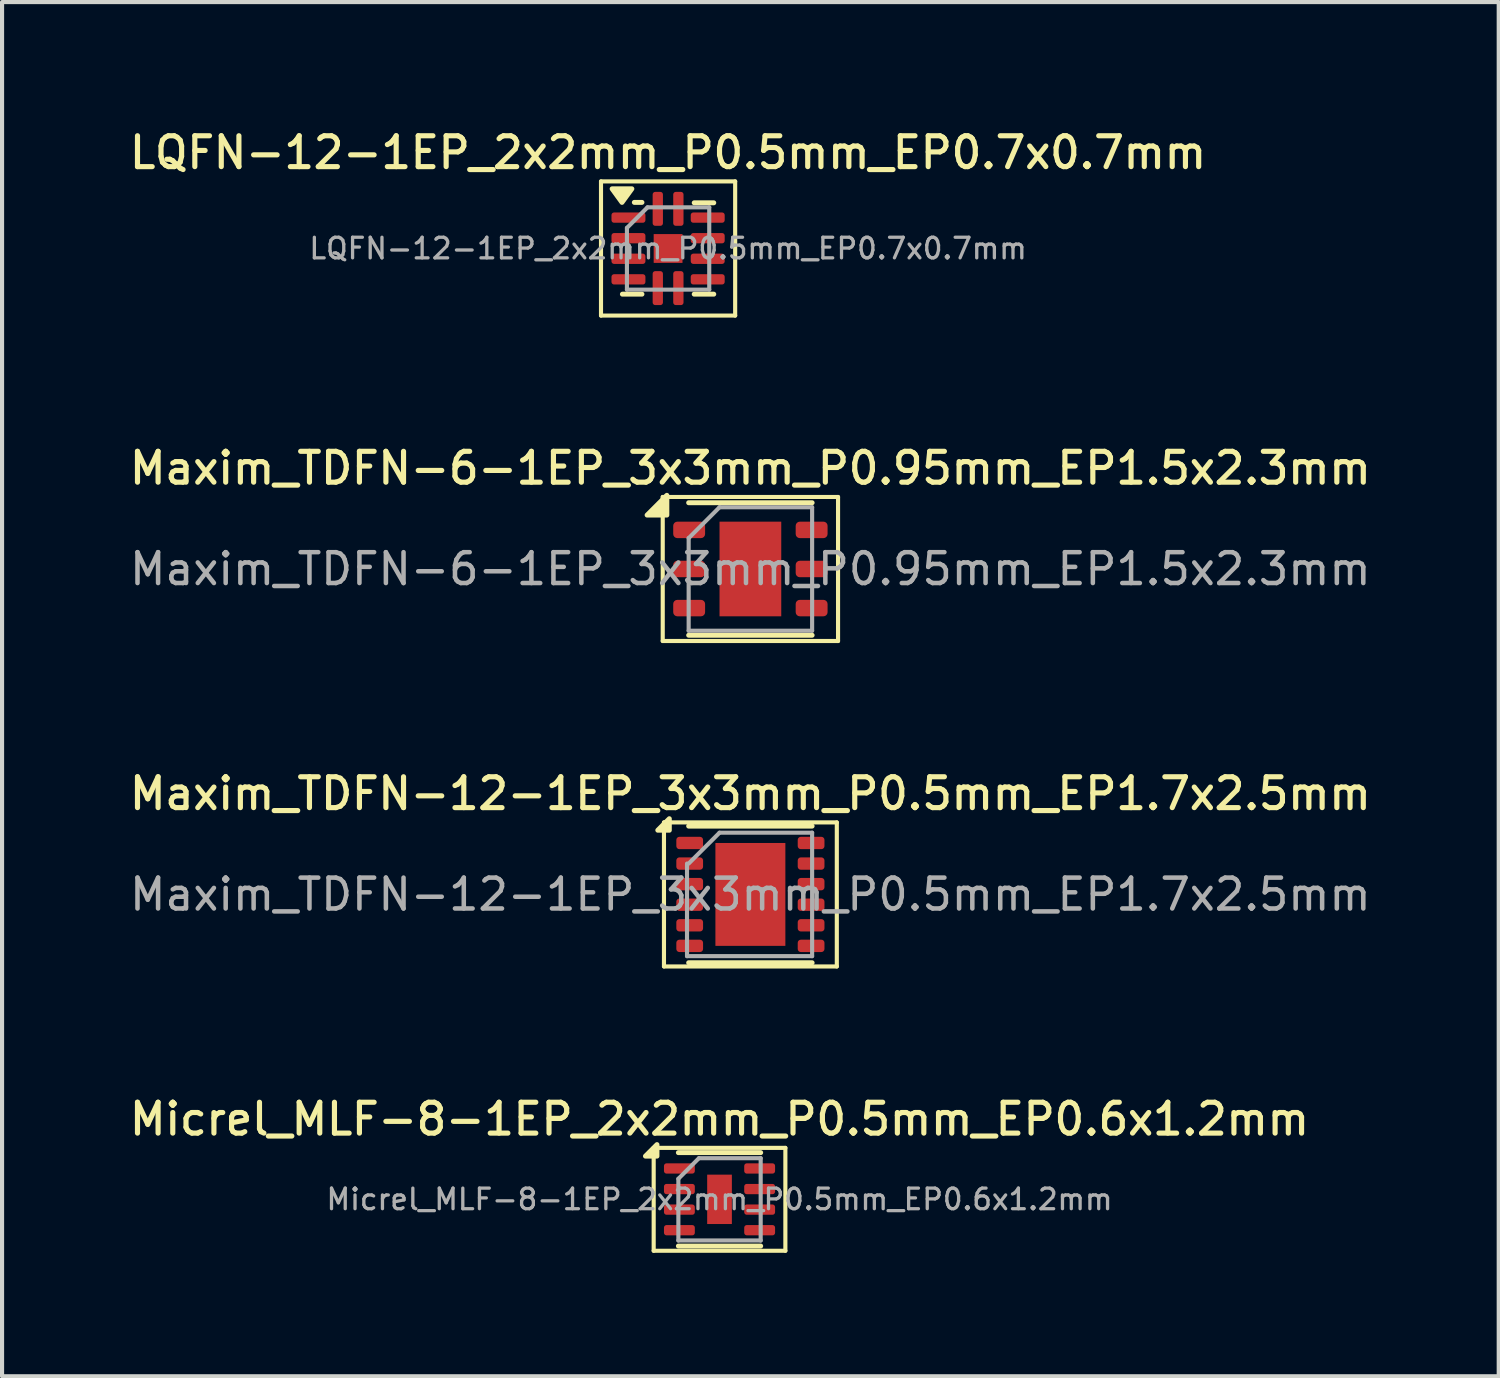
<source format=kicad_pcb>
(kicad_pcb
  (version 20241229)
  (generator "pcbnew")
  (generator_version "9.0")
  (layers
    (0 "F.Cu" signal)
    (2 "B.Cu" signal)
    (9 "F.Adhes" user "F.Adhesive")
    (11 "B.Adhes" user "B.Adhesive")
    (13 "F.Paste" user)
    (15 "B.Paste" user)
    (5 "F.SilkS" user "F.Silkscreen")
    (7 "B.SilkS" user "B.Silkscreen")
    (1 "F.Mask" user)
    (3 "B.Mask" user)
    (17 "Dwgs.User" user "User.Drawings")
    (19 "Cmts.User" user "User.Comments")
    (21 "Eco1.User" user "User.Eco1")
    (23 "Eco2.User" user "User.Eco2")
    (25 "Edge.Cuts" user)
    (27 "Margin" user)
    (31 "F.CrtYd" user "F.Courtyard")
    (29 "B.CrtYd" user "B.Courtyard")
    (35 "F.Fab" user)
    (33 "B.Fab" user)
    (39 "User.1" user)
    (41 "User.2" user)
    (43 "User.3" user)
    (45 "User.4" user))
  (footprint "Micrel_MLF-8-1EP_2x2mm_P0.5mm_EP0.6x1.2mm"
    (layer "F.Cu")
    (at 14.434 26.093)
    (property "Reference" "Micrel_MLF-8-1EP_2x2mm_P0.5mm_EP0.6x1.2mm" (at 0 -1.95 0) (layer "F.SilkS") (effects (font (size 0.75 0.75) (thickness 0.125))))
    (attr smd)
    (fp_line (start -1.6 -1.25) (end -1.6 1.25) (stroke (width 0.1) (type solid)) (layer "F.SilkS"))
    (fp_line (start -1.6 1.25) (end 1.6 1.25) (stroke (width 0.1) (type solid)) (layer "F.SilkS"))
    (fp_line (start -1 -1.135) (end 1 -1.135) (stroke (width 0.12) (type solid)) (layer "F.SilkS"))
    (fp_line (start -1 1.135) (end 1 1.135) (stroke (width 0.12) (type solid)) (layer "F.SilkS"))
    (fp_line (start 1.6 -1.25) (end -1.6 -1.25) (stroke (width 0.1) (type solid)) (layer "F.SilkS"))
    (fp_line (start 1.6 1.25) (end 1.6 -1.25) (stroke (width 0.1) (type solid)) (layer "F.SilkS"))
    (fp_poly (pts (xy -1.52 -1.05) (xy -1.8 -1.05) (xy -1.52 -1.33) (xy -1.52 -1.05)) (stroke (width 0.12) (type solid)) (fill yes) (layer "F.SilkS"))
    (fp_line (start -1 -0.5) (end -0.5 -1) (stroke (width 0.1) (type solid)) (layer "F.Fab"))
    (fp_line (start -1 1) (end -1 -0.5) (stroke (width 0.1) (type solid)) (layer "F.Fab"))
    (fp_line (start -0.5 -1) (end 1 -1) (stroke (width 0.1) (type solid)) (layer "F.Fab"))
    (fp_line (start 1 -1) (end 1 1) (stroke (width 0.1) (type solid)) (layer "F.Fab"))
    (fp_line (start 1 1) (end -1 1) (stroke (width 0.1) (type solid)) (layer "F.Fab"))
    (fp_text user "${REFERENCE}" (at 0 0 0) (layer "F.Fab") (effects (font (size 0.5 0.5) (thickness 0.08))))
    (pad "" smd roundrect (at 0 -0.3) (size 0.48 0.48) (layers "F.Paste") (roundrect_rratio 0.25))
    (pad "" smd roundrect (at 0 0.3) (size 0.48 0.48) (layers "F.Paste") (roundrect_rratio 0.25))
    (pad "1" smd roundrect (at -0.975 -0.75) (size 0.75 0.25) (layers "F.Cu" "F.Mask" "F.Paste") (roundrect_rratio 0.25))
    (pad "2" smd roundrect (at -0.975 -0.25) (size 0.75 0.25) (layers "F.Cu" "F.Mask" "F.Paste") (roundrect_rratio 0.25))
    (pad "3" smd roundrect (at -0.975 0.25) (size 0.75 0.25) (layers "F.Cu" "F.Mask" "F.Paste") (roundrect_rratio 0.25))
    (pad "4" smd roundrect (at -0.975 0.75) (size 0.75 0.25) (layers "F.Cu" "F.Mask" "F.Paste") (roundrect_rratio 0.25))
    (pad "5" smd roundrect (at 0.975 0.75) (size 0.75 0.25) (layers "F.Cu" "F.Mask" "F.Paste") (roundrect_rratio 0.25))
    (pad "6" smd roundrect (at 0.975 0.25) (size 0.75 0.25) (layers "F.Cu" "F.Mask" "F.Paste") (roundrect_rratio 0.25))
    (pad "7" smd roundrect (at 0.975 -0.25) (size 0.75 0.25) (layers "F.Cu" "F.Mask" "F.Paste") (roundrect_rratio 0.25))
    (pad "8" smd roundrect (at 0.975 -0.75) (size 0.75 0.25) (layers "F.Cu" "F.Mask" "F.Paste") (roundrect_rratio 0.25))
    (pad "9" smd rect (at 0 0) (size 0.6 1.2) (property pad_prop_heatsink) (layers "F.Cu" "F.Mask")))
  (footprint "Maxim_TDFN-12-1EP_3x3mm_P0.5mm_EP1.7x2.5mm"
    (layer "F.Cu")
    (at 15.184 18.684)
    (property "Reference" "Maxim_TDFN-12-1EP_3x3mm_P0.5mm_EP1.7x2.5mm" (at 0 -2.45 0) (layer "F.SilkS") (effects (font (size 0.75 0.75) (thickness 0.125))))
    (attr smd)
    (fp_line (start -2.1 -1.75) (end -2.1 1.75) (stroke (width 0.1) (type solid)) (layer "F.SilkS"))
    (fp_line (start -2.1 1.75) (end 2.1 1.75) (stroke (width 0.1) (type solid)) (layer "F.SilkS"))
    (fp_line (start -1.5 -1.66) (end 1.5 -1.66) (stroke (width 0.12) (type solid)) (layer "F.SilkS"))
    (fp_line (start -1.5 1.66) (end 1.5 1.66) (stroke (width 0.12) (type solid)) (layer "F.SilkS"))
    (fp_line (start 2.1 -1.75) (end -2.1 -1.75) (stroke (width 0.1) (type solid)) (layer "F.SilkS"))
    (fp_line (start 2.1 1.75) (end 2.1 -1.75) (stroke (width 0.1) (type solid)) (layer "F.SilkS"))
    (fp_poly (pts (xy -1.97 -1.56) (xy -2.25 -1.56) (xy -1.97 -1.84) (xy -1.97 -1.56)) (stroke (width 0.12) (type solid)) (fill yes) (layer "F.SilkS"))
    (fp_line (start -1.54 1.5) (end -1.54 -0.75) (stroke (width 0.1) (type solid)) (layer "F.Fab"))
    (fp_line (start -1.5 -0.75) (end -0.75 -1.5) (stroke (width 0.1) (type solid)) (layer "F.Fab"))
    (fp_line (start -0.75 -1.5) (end 1.5 -1.5) (stroke (width 0.1) (type solid)) (layer "F.Fab"))
    (fp_line (start 1.5 -1.5) (end 1.5 1.5) (stroke (width 0.1) (type solid)) (layer "F.Fab"))
    (fp_line (start 1.5 1.5) (end -1.54 1.5) (stroke (width 0.1) (type solid)) (layer "F.Fab"))
    (fp_text user "${REFERENCE}" (at 0 0 0) (layer "F.Fab") (effects (font (size 0.75 0.75) (thickness 0.11))))
    (pad "" smd roundrect (at -0.4 -0.625) (size 0.64 1.01) (layers "F.Paste") (roundrect_rratio 0.25))
    (pad "" smd roundrect (at -0.4 0.625) (size 0.64 1.01) (layers "F.Paste") (roundrect_rratio 0.25))
    (pad "" smd roundrect (at 0.4 -0.625) (size 0.64 1.01) (layers "F.Paste") (roundrect_rratio 0.25))
    (pad "" smd roundrect (at 0.4 0.625) (size 0.64 1.01) (layers "F.Paste") (roundrect_rratio 0.25))
    (pad "1" smd roundrect (at -1.475 -1.25) (size 0.65 0.3) (layers "F.Cu" "F.Mask" "F.Paste") (roundrect_rratio 0.25))
    (pad "2" smd roundrect (at -1.475 -0.75) (size 0.65 0.3) (layers "F.Cu" "F.Mask" "F.Paste") (roundrect_rratio 0.25))
    (pad "3" smd roundrect (at -1.475 -0.25) (size 0.65 0.3) (layers "F.Cu" "F.Mask" "F.Paste") (roundrect_rratio 0.25))
    (pad "4" smd roundrect (at -1.475 0.25) (size 0.65 0.3) (layers "F.Cu" "F.Mask" "F.Paste") (roundrect_rratio 0.25))
    (pad "5" smd roundrect (at -1.475 0.75) (size 0.65 0.3) (layers "F.Cu" "F.Mask" "F.Paste") (roundrect_rratio 0.25))
    (pad "6" smd roundrect (at -1.475 1.25) (size 0.65 0.3) (layers "F.Cu" "F.Mask" "F.Paste") (roundrect_rratio 0.25))
    (pad "7" smd roundrect (at 1.475 1.25) (size 0.65 0.3) (layers "F.Cu" "F.Mask" "F.Paste") (roundrect_rratio 0.25))
    (pad "8" smd roundrect (at 1.475 0.75) (size 0.65 0.3) (layers "F.Cu" "F.Mask" "F.Paste") (roundrect_rratio 0.25))
    (pad "9" smd roundrect (at 1.475 0.25) (size 0.65 0.3) (layers "F.Cu" "F.Mask" "F.Paste") (roundrect_rratio 0.25))
    (pad "10" smd roundrect (at 1.475 -0.25) (size 0.65 0.3) (layers "F.Cu" "F.Mask" "F.Paste") (roundrect_rratio 0.25))
    (pad "11" smd roundrect (at 1.475 -0.75) (size 0.65 0.3) (layers "F.Cu" "F.Mask" "F.Paste") (roundrect_rratio 0.25))
    (pad "12" smd roundrect (at 1.475 -1.25) (size 0.65 0.3) (layers "F.Cu" "F.Mask" "F.Paste") (roundrect_rratio 0.25))
    (pad "13" smd rect (at 0 0) (size 1.7 2.5) (layers "F.Cu" "F.Mask")))
  (footprint "Maxim_TDFN-6-1EP_3x3mm_P0.95mm_EP1.5x2.3mm"
    (layer "F.Cu")
    (at 15.184 10.776)
    (property "Reference" "Maxim_TDFN-6-1EP_3x3mm_P0.95mm_EP1.5x2.3mm" (at 0 -2.45 0) (layer "F.SilkS") (effects (font (size 0.75 0.75) (thickness 0.125))))
    (attr smd)
    (fp_line (start -2.13 -1.75) (end -2.13 1.75) (stroke (width 0.1) (type solid)) (layer "F.SilkS"))
    (fp_line (start -2.13 1.75) (end 2.13 1.75) (stroke (width 0.1) (type solid)) (layer "F.SilkS"))
    (fp_line (start -1.5 -1.61) (end 1.5 -1.61) (stroke (width 0.12) (type solid)) (layer "F.SilkS"))
    (fp_line (start -1.5 1.61) (end 1.5 1.61) (stroke (width 0.12) (type solid)) (layer "F.SilkS"))
    (fp_line (start 2.13 -1.75) (end -2.13 -1.75) (stroke (width 0.1) (type solid)) (layer "F.SilkS"))
    (fp_line (start 2.13 1.75) (end 2.13 -1.75) (stroke (width 0.1) (type solid)) (layer "F.SilkS"))
    (fp_poly (pts (xy -2.03 -1.31) (xy -2.51 -1.31) (xy -2.03 -1.79) (xy -2.03 -1.31)) (stroke (width 0.12) (type solid)) (fill yes) (layer "F.SilkS"))
    (fp_line (start -1.5 -0.75) (end -0.75 -1.5) (stroke (width 0.1) (type solid)) (layer "F.Fab"))
    (fp_line (start -1.5 1.5) (end -1.5 -0.75) (stroke (width 0.1) (type solid)) (layer "F.Fab"))
    (fp_line (start -0.75 -1.5) (end 1.5 -1.5) (stroke (width 0.1) (type solid)) (layer "F.Fab"))
    (fp_line (start 1.5 -1.5) (end 1.5 1.5) (stroke (width 0.1) (type solid)) (layer "F.Fab"))
    (fp_line (start 1.5 1.5) (end -1.5 1.5) (stroke (width 0.1) (type solid)) (layer "F.Fab"))
    (fp_text user "${REFERENCE}" (at 0 0 0) (layer "F.Fab") (effects (font (size 0.75 0.75) (thickness 0.11))))
    (pad "" smd roundrect (at -0.375 -0.575) (size 0.6 0.93) (layers "F.Paste") (roundrect_rratio 0.25))
    (pad "" smd roundrect (at -0.375 0.575) (size 0.6 0.93) (layers "F.Paste") (roundrect_rratio 0.25))
    (pad "" smd roundrect (at 0.375 -0.575) (size 0.6 0.93) (layers "F.Paste") (roundrect_rratio 0.25))
    (pad "" smd roundrect (at 0.375 0.575) (size 0.6 0.93) (layers "F.Paste") (roundrect_rratio 0.25))
    (pad "1" smd roundrect (at -1.488 -0.95) (size 0.775 0.4) (layers "F.Cu" "F.Mask" "F.Paste") (roundrect_rratio 0.25))
    (pad "2" smd roundrect (at -1.488 0) (size 0.775 0.4) (layers "F.Cu" "F.Mask" "F.Paste") (roundrect_rratio 0.25))
    (pad "3" smd roundrect (at -1.488 0.95) (size 0.775 0.4) (layers "F.Cu" "F.Mask" "F.Paste") (roundrect_rratio 0.25))
    (pad "4" smd roundrect (at 1.488 0.95) (size 0.775 0.4) (layers "F.Cu" "F.Mask" "F.Paste") (roundrect_rratio 0.25))
    (pad "5" smd roundrect (at 1.488 0) (size 0.775 0.4) (layers "F.Cu" "F.Mask" "F.Paste") (roundrect_rratio 0.25))
    (pad "6" smd roundrect (at 1.488 -0.95) (size 0.775 0.4) (layers "F.Cu" "F.Mask" "F.Paste") (roundrect_rratio 0.25))
    (pad "7" smd rect (at 0 0) (size 1.5 2.3) (property pad_prop_heatsink) (layers "F.Cu" "F.Mask")))
  (footprint "LQFN-12-1EP_2x2mm_P0.5mm_EP0.7x0.7mm"
    (layer "F.Cu")
    (at 13.184 2.988)
    (property "Reference" "LQFN-12-1EP_2x2mm_P0.5mm_EP0.7x0.7mm" (at 0 -2.33 0) (layer "F.SilkS") (effects (font (size 0.75 0.75) (thickness 0.125))))
    (attr smd)
    (fp_line (start -1.63 -1.63) (end -1.63 1.63) (stroke (width 0.1) (type solid)) (layer "F.SilkS"))
    (fp_line (start -1.63 1.63) (end 1.63 1.63) (stroke (width 0.1) (type solid)) (layer "F.SilkS"))
    (fp_line (start -0.635 -1.12) (end -0.82 -1.12) (stroke (width 0.12) (type solid)) (layer "F.SilkS"))
    (fp_line (start -0.635 1.11) (end -1.11 1.11) (stroke (width 0.12) (type solid)) (layer "F.SilkS"))
    (fp_line (start 0.635 -1.11) (end 1.11 -1.11) (stroke (width 0.12) (type solid)) (layer "F.SilkS"))
    (fp_line (start 0.635 1.11) (end 1.11 1.11) (stroke (width 0.12) (type solid)) (layer "F.SilkS"))
    (fp_line (start 1.63 -1.63) (end -1.63 -1.63) (stroke (width 0.1) (type solid)) (layer "F.SilkS"))
    (fp_line (start 1.63 1.63) (end 1.63 -1.63) (stroke (width 0.1) (type solid)) (layer "F.SilkS"))
    (fp_poly (pts (xy -1.12 -1.12) (xy -1.36 -1.45) (xy -0.88 -1.45) (xy -1.12 -1.12)) (stroke (width 0.12) (type solid)) (fill yes) (layer "F.SilkS"))
    (fp_line (start -1 -0.5) (end -0.5 -1) (stroke (width 0.1) (type solid)) (layer "F.Fab"))
    (fp_line (start -1 1) (end -1 -0.5) (stroke (width 0.1) (type solid)) (layer "F.Fab"))
    (fp_line (start -0.5 -1) (end 1 -1) (stroke (width 0.1) (type solid)) (layer "F.Fab"))
    (fp_line (start 1 -1) (end 1 1) (stroke (width 0.1) (type solid)) (layer "F.Fab"))
    (fp_line (start 1 1) (end -1 1) (stroke (width 0.1) (type solid)) (layer "F.Fab"))
    (fp_text user "${REFERENCE}" (at 0 0 0) (layer "F.Fab") (effects (font (size 0.5 0.5) (thickness 0.08))))
    (pad "" smd roundrect (at 0 0) (size 0.56 0.56) (layers "F.Paste") (roundrect_rratio 0.25))
    (pad "1" smd roundrect (at -0.963 -0.75) (size 0.825 0.25) (layers "F.Cu" "F.Mask" "F.Paste") (roundrect_rratio 0.25))
    (pad "2" smd roundrect (at -0.963 -0.25) (size 0.825 0.25) (layers "F.Cu" "F.Mask" "F.Paste") (roundrect_rratio 0.25))
    (pad "3" smd roundrect (at -0.963 0.25) (size 0.825 0.25) (layers "F.Cu" "F.Mask" "F.Paste") (roundrect_rratio 0.25))
    (pad "4" smd roundrect (at -0.963 0.75) (size 0.825 0.25) (layers "F.Cu" "F.Mask" "F.Paste") (roundrect_rratio 0.25))
    (pad "5" smd roundrect (at -0.25 0.963) (size 0.25 0.825) (layers "F.Cu" "F.Mask" "F.Paste") (roundrect_rratio 0.25))
    (pad "6" smd roundrect (at 0.25 0.963) (size 0.25 0.825) (layers "F.Cu" "F.Mask" "F.Paste") (roundrect_rratio 0.25))
    (pad "7" smd roundrect (at 0.963 0.75) (size 0.825 0.25) (layers "F.Cu" "F.Mask" "F.Paste") (roundrect_rratio 0.25))
    (pad "8" smd roundrect (at 0.963 0.25) (size 0.825 0.25) (layers "F.Cu" "F.Mask" "F.Paste") (roundrect_rratio 0.25))
    (pad "9" smd roundrect (at 0.963 -0.25) (size 0.825 0.25) (layers "F.Cu" "F.Mask" "F.Paste") (roundrect_rratio 0.25))
    (pad "10" smd roundrect (at 0.963 -0.75) (size 0.825 0.25) (layers "F.Cu" "F.Mask" "F.Paste") (roundrect_rratio 0.25))
    (pad "11" smd roundrect (at 0.25 -0.963) (size 0.25 0.825) (layers "F.Cu" "F.Mask" "F.Paste") (roundrect_rratio 0.25))
    (pad "12" smd roundrect (at -0.25 -0.963) (size 0.25 0.825) (layers "F.Cu" "F.Mask" "F.Paste") (roundrect_rratio 0.25))
    (pad "13" smd rect (at 0 0) (size 0.7 0.7) (property pad_prop_heatsink) (layers "F.Cu" "F.Mask")))
  (gr_rect
    (start -3 -3)
    (end 33.368 30.392)
    (stroke (width 0.1) (type default))
    (fill no)
    (layer "Edge.Cuts")))
</source>
